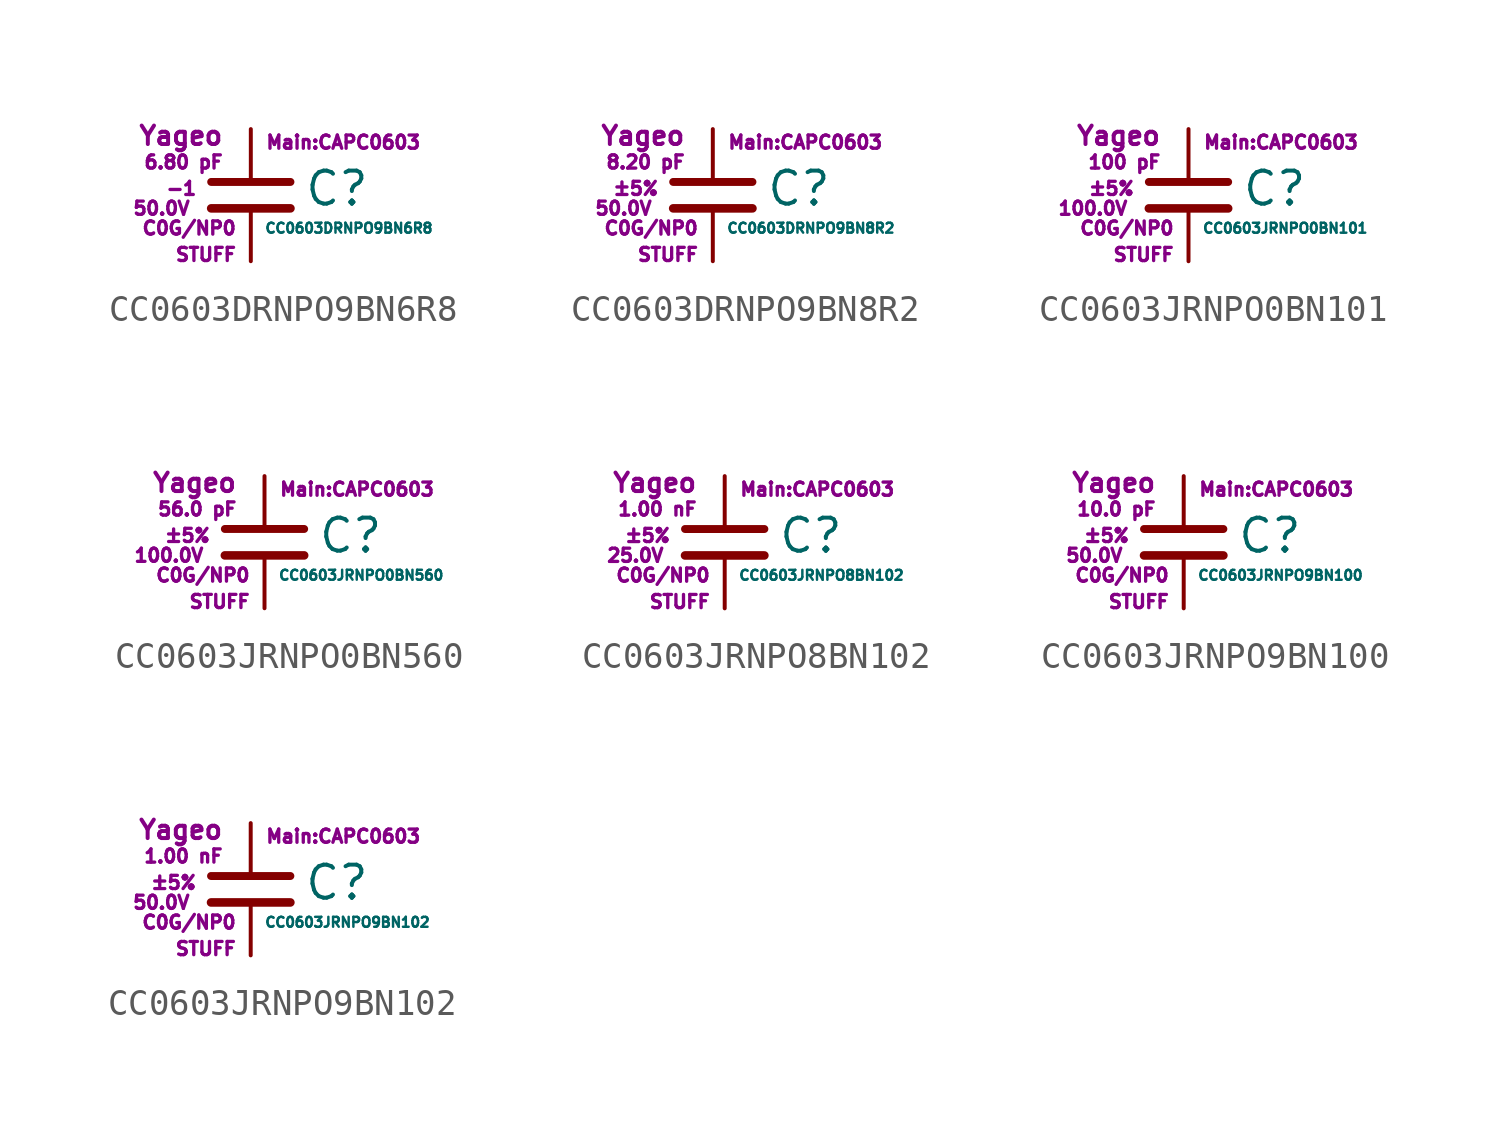
<source format=kicad_sym>
(kicad_symbol_lib
  (version 20211014)
  (generator kicad_symbol_editor)
  (symbol "CC0603DRNPO9BN6R8"
    (pin_numbers hide)
    (pin_names
      (offset 0.254) hide)
    (property "Reference" "C"
      (at 2.032 0.254 0)
      (effects (font (size 1.27 1.27)) (justify left)))
    (property "Value" "CC0603DRNPO9BN6R8"
      (at 0.508 -1.27 0)
      (effects (font (size 0.381 0.381)) (justify left)))
    (property "Footprint" "Main:CAPC0603"
      (at 3.556 2.032 0)
      (effects (font (size 0.508 0.508))))
    (property "Datasheet" ""
      (at 0.762 0.508 0)
      (effects (font (size 1.27 1.27))))
    (property "Manufacturer" "Yageo"
      (at -1.016 2.286 0)
      (effects (font (size 0.711 0.711)) (justify right)))
    (property "SKU" "STUFF"
      (at -0.508 -2.286 0)
      (effects (font (size 0.508 0.508)) (justify right)))
    (property "C" "6.80 pF"
      (at -1.016 1.27 0)
      (effects (font (size 0.508 0.508)) (justify right)))
    (property "Tol" "-1"
      (at -2.032 0.254 0)
      (effects (font (size 0.508 0.508)) (justify right)))
    (property "Vmax" "50.0V"
      (at -2.286 -0.508 0)
      (effects (font (size 0.508 0.508)) (justify right)))
    (property "Type" "C0G/NP0"
      (at -0.508 -1.27 0)
      (effects (font (size 0.508 0.508)) (justify right)))
    (symbol "CC0603DRNPO9BN6R8_0_1"
      (polyline (pts (xy -1.524 -0.508) (xy 1.524 -0.508)) (stroke (width 0.33) (type default) (color 0 0 0 0)) (fill (type none)))
      (polyline (pts (xy -1.524 0.508) (xy 1.524 0.508)) (stroke (width 0.305) (type default) (color 0 0 0 0)) (fill (type none))))
    (symbol "CC0603DRNPO9BN6R8_1_1"
      (pin passive line (at 0 2.54 270) (length 1.905) (name "~" (effects (font (size 1.016 1.016)))) (number "1" (effects (font (size 1.016 1.016)))))
      (pin passive line (at 0 -2.54 90) (length 2.032) (name "~" (effects (font (size 1.016 1.016)))) (number "2" (effects (font (size 1.016 1.016)))))))
  (symbol "CC0603DRNPO9BN8R2"
    (pin_numbers hide)
    (pin_names
      (offset 0.254) hide)
    (property "Reference" "C"
      (at 2.032 0.254 0)
      (effects (font (size 1.27 1.27)) (justify left)))
    (property "Value" "CC0603DRNPO9BN8R2"
      (at 0.508 -1.27 0)
      (effects (font (size 0.381 0.381)) (justify left)))
    (property "Footprint" "Main:CAPC0603"
      (at 3.556 2.032 0)
      (effects (font (size 0.508 0.508))))
    (property "Datasheet" ""
      (at 0.762 0.508 0)
      (effects (font (size 1.27 1.27))))
    (property "Manufacturer" "Yageo"
      (at -1.016 2.286 0)
      (effects (font (size 0.711 0.711)) (justify right)))
    (property "SKU" "STUFF"
      (at -0.508 -2.286 0)
      (effects (font (size 0.508 0.508)) (justify right)))
    (property "C" "8.20 pF"
      (at -1.016 1.27 0)
      (effects (font (size 0.508 0.508)) (justify right)))
    (property "Tol" "±5%"
      (at -2.032 0.254 0)
      (effects (font (size 0.508 0.508)) (justify right)))
    (property "Vmax" "50.0V"
      (at -2.286 -0.508 0)
      (effects (font (size 0.508 0.508)) (justify right)))
    (property "Type" "C0G/NP0"
      (at -0.508 -1.27 0)
      (effects (font (size 0.508 0.508)) (justify right)))
    (symbol "CC0603DRNPO9BN8R2_0_1"
      (polyline (pts (xy -1.524 -0.508) (xy 1.524 -0.508)) (stroke (width 0.33) (type default) (color 0 0 0 0)) (fill (type none)))
      (polyline (pts (xy -1.524 0.508) (xy 1.524 0.508)) (stroke (width 0.305) (type default) (color 0 0 0 0)) (fill (type none))))
    (symbol "CC0603DRNPO9BN8R2_1_1"
      (pin passive line (at 0 2.54 270) (length 1.905) (name "~" (effects (font (size 1.016 1.016)))) (number "1" (effects (font (size 1.016 1.016)))))
      (pin passive line (at 0 -2.54 90) (length 2.032) (name "~" (effects (font (size 1.016 1.016)))) (number "2" (effects (font (size 1.016 1.016)))))))
  (symbol "CC0603JRNPO0BN101"
    (pin_numbers hide)
    (pin_names
      (offset 0.254) hide)
    (property "Reference" "C"
      (at 2.032 0.254 0)
      (effects (font (size 1.27 1.27)) (justify left)))
    (property "Value" "CC0603JRNPO0BN101"
      (at 0.508 -1.27 0)
      (effects (font (size 0.381 0.381)) (justify left)))
    (property "Footprint" "Main:CAPC0603"
      (at 3.556 2.032 0)
      (effects (font (size 0.508 0.508))))
    (property "Datasheet" ""
      (at 0.762 0.508 0)
      (effects (font (size 1.27 1.27))))
    (property "Manufacturer" "Yageo"
      (at -1.016 2.286 0)
      (effects (font (size 0.711 0.711)) (justify right)))
    (property "SKU" "STUFF"
      (at -0.508 -2.286 0)
      (effects (font (size 0.508 0.508)) (justify right)))
    (property "C" "100 pF"
      (at -1.016 1.27 0)
      (effects (font (size 0.508 0.508)) (justify right)))
    (property "Tol" "±5%"
      (at -2.032 0.254 0)
      (effects (font (size 0.508 0.508)) (justify right)))
    (property "Vmax" "100.0V"
      (at -2.286 -0.508 0)
      (effects (font (size 0.508 0.508)) (justify right)))
    (property "Type" "C0G/NP0"
      (at -0.508 -1.27 0)
      (effects (font (size 0.508 0.508)) (justify right)))
    (symbol "CC0603JRNPO0BN101_0_1"
      (polyline (pts (xy -1.524 -0.508) (xy 1.524 -0.508)) (stroke (width 0.33) (type default) (color 0 0 0 0)) (fill (type none)))
      (polyline (pts (xy -1.524 0.508) (xy 1.524 0.508)) (stroke (width 0.305) (type default) (color 0 0 0 0)) (fill (type none))))
    (symbol "CC0603JRNPO0BN101_1_1"
      (pin passive line (at 0 2.54 270) (length 1.905) (name "~" (effects (font (size 1.016 1.016)))) (number "1" (effects (font (size 1.016 1.016)))))
      (pin passive line (at 0 -2.54 90) (length 2.032) (name "~" (effects (font (size 1.016 1.016)))) (number "2" (effects (font (size 1.016 1.016)))))))
  (symbol "CC0603JRNPO0BN560"
    (pin_numbers hide)
    (pin_names
      (offset 0.254) hide)
    (property "Reference" "C"
      (at 2.032 0.254 0)
      (effects (font (size 1.27 1.27)) (justify left)))
    (property "Value" "CC0603JRNPO0BN560"
      (at 0.508 -1.27 0)
      (effects (font (size 0.381 0.381)) (justify left)))
    (property "Footprint" "Main:CAPC0603"
      (at 3.556 2.032 0)
      (effects (font (size 0.508 0.508))))
    (property "Datasheet" ""
      (at 0.762 0.508 0)
      (effects (font (size 1.27 1.27))))
    (property "Manufacturer" "Yageo"
      (at -1.016 2.286 0)
      (effects (font (size 0.711 0.711)) (justify right)))
    (property "SKU" "STUFF"
      (at -0.508 -2.286 0)
      (effects (font (size 0.508 0.508)) (justify right)))
    (property "C" "56.0 pF"
      (at -1.016 1.27 0)
      (effects (font (size 0.508 0.508)) (justify right)))
    (property "Tol" "±5%"
      (at -2.032 0.254 0)
      (effects (font (size 0.508 0.508)) (justify right)))
    (property "Vmax" "100.0V"
      (at -2.286 -0.508 0)
      (effects (font (size 0.508 0.508)) (justify right)))
    (property "Type" "C0G/NP0"
      (at -0.508 -1.27 0)
      (effects (font (size 0.508 0.508)) (justify right)))
    (symbol "CC0603JRNPO0BN560_0_1"
      (polyline (pts (xy -1.524 -0.508) (xy 1.524 -0.508)) (stroke (width 0.33) (type default) (color 0 0 0 0)) (fill (type none)))
      (polyline (pts (xy -1.524 0.508) (xy 1.524 0.508)) (stroke (width 0.305) (type default) (color 0 0 0 0)) (fill (type none))))
    (symbol "CC0603JRNPO0BN560_1_1"
      (pin passive line (at 0 2.54 270) (length 1.905) (name "~" (effects (font (size 1.016 1.016)))) (number "1" (effects (font (size 1.016 1.016)))))
      (pin passive line (at 0 -2.54 90) (length 2.032) (name "~" (effects (font (size 1.016 1.016)))) (number "2" (effects (font (size 1.016 1.016)))))))
  (symbol "CC0603JRNPO8BN102"
    (pin_numbers hide)
    (pin_names
      (offset 0.254) hide)
    (property "Reference" "C"
      (at 2.032 0.254 0)
      (effects (font (size 1.27 1.27)) (justify left)))
    (property "Value" "CC0603JRNPO8BN102"
      (at 0.508 -1.27 0)
      (effects (font (size 0.381 0.381)) (justify left)))
    (property "Footprint" "Main:CAPC0603"
      (at 3.556 2.032 0)
      (effects (font (size 0.508 0.508))))
    (property "Datasheet" ""
      (at 0.762 0.508 0)
      (effects (font (size 1.27 1.27))))
    (property "Manufacturer" "Yageo"
      (at -1.016 2.286 0)
      (effects (font (size 0.711 0.711)) (justify right)))
    (property "SKU" "STUFF"
      (at -0.508 -2.286 0)
      (effects (font (size 0.508 0.508)) (justify right)))
    (property "C" "1.00 nF"
      (at -1.016 1.27 0)
      (effects (font (size 0.508 0.508)) (justify right)))
    (property "Tol" "±5%"
      (at -2.032 0.254 0)
      (effects (font (size 0.508 0.508)) (justify right)))
    (property "Vmax" "25.0V"
      (at -2.286 -0.508 0)
      (effects (font (size 0.508 0.508)) (justify right)))
    (property "Type" "C0G/NP0"
      (at -0.508 -1.27 0)
      (effects (font (size 0.508 0.508)) (justify right)))
    (symbol "CC0603JRNPO8BN102_0_1"
      (polyline (pts (xy -1.524 -0.508) (xy 1.524 -0.508)) (stroke (width 0.33) (type default) (color 0 0 0 0)) (fill (type none)))
      (polyline (pts (xy -1.524 0.508) (xy 1.524 0.508)) (stroke (width 0.305) (type default) (color 0 0 0 0)) (fill (type none))))
    (symbol "CC0603JRNPO8BN102_1_1"
      (pin passive line (at 0 2.54 270) (length 1.905) (name "~" (effects (font (size 1.016 1.016)))) (number "1" (effects (font (size 1.016 1.016)))))
      (pin passive line (at 0 -2.54 90) (length 2.032) (name "~" (effects (font (size 1.016 1.016)))) (number "2" (effects (font (size 1.016 1.016)))))))
  (symbol "CC0603JRNPO9BN100"
    (pin_numbers hide)
    (pin_names
      (offset 0.254) hide)
    (property "Reference" "C"
      (at 2.032 0.254 0)
      (effects (font (size 1.27 1.27)) (justify left)))
    (property "Value" "CC0603JRNPO9BN100"
      (at 0.508 -1.27 0)
      (effects (font (size 0.381 0.381)) (justify left)))
    (property "Footprint" "Main:CAPC0603"
      (at 3.556 2.032 0)
      (effects (font (size 0.508 0.508))))
    (property "Datasheet" ""
      (at 0.762 0.508 0)
      (effects (font (size 1.27 1.27))))
    (property "Manufacturer" "Yageo"
      (at -1.016 2.286 0)
      (effects (font (size 0.711 0.711)) (justify right)))
    (property "SKU" "STUFF"
      (at -0.508 -2.286 0)
      (effects (font (size 0.508 0.508)) (justify right)))
    (property "C" "10.0 pF"
      (at -1.016 1.27 0)
      (effects (font (size 0.508 0.508)) (justify right)))
    (property "Tol" "±5%"
      (at -2.032 0.254 0)
      (effects (font (size 0.508 0.508)) (justify right)))
    (property "Vmax" "50.0V"
      (at -2.286 -0.508 0)
      (effects (font (size 0.508 0.508)) (justify right)))
    (property "Type" "C0G/NP0"
      (at -0.508 -1.27 0)
      (effects (font (size 0.508 0.508)) (justify right)))
    (symbol "CC0603JRNPO9BN100_0_1"
      (polyline (pts (xy -1.524 -0.508) (xy 1.524 -0.508)) (stroke (width 0.33) (type default) (color 0 0 0 0)) (fill (type none)))
      (polyline (pts (xy -1.524 0.508) (xy 1.524 0.508)) (stroke (width 0.305) (type default) (color 0 0 0 0)) (fill (type none))))
    (symbol "CC0603JRNPO9BN100_1_1"
      (pin passive line (at 0 2.54 270) (length 1.905) (name "~" (effects (font (size 1.016 1.016)))) (number "1" (effects (font (size 1.016 1.016)))))
      (pin passive line (at 0 -2.54 90) (length 2.032) (name "~" (effects (font (size 1.016 1.016)))) (number "2" (effects (font (size 1.016 1.016)))))))
  (symbol "CC0603JRNPO9BN102"
    (pin_numbers hide)
    (pin_names
      (offset 0.254) hide)
    (property "Reference" "C"
      (at 2.032 0.254 0)
      (effects (font (size 1.27 1.27)) (justify left)))
    (property "Value" "CC0603JRNPO9BN102"
      (at 0.508 -1.27 0)
      (effects (font (size 0.381 0.381)) (justify left)))
    (property "Footprint" "Main:CAPC0603"
      (at 3.556 2.032 0)
      (effects (font (size 0.508 0.508))))
    (property "Datasheet" ""
      (at 0.762 0.508 0)
      (effects (font (size 1.27 1.27))))
    (property "Manufacturer" "Yageo"
      (at -1.016 2.286 0)
      (effects (font (size 0.711 0.711)) (justify right)))
    (property "SKU" "STUFF"
      (at -0.508 -2.286 0)
      (effects (font (size 0.508 0.508)) (justify right)))
    (property "C" "1.00 nF"
      (at -1.016 1.27 0)
      (effects (font (size 0.508 0.508)) (justify right)))
    (property "Tol" "±5%"
      (at -2.032 0.254 0)
      (effects (font (size 0.508 0.508)) (justify right)))
    (property "Vmax" "50.0V"
      (at -2.286 -0.508 0)
      (effects (font (size 0.508 0.508)) (justify right)))
    (property "Type" "C0G/NP0"
      (at -0.508 -1.27 0)
      (effects (font (size 0.508 0.508)) (justify right)))
    (symbol "CC0603JRNPO9BN102_0_1"
      (polyline (pts (xy -1.524 -0.508) (xy 1.524 -0.508)) (stroke (width 0.33) (type default) (color 0 0 0 0)) (fill (type none)))
      (polyline (pts (xy -1.524 0.508) (xy 1.524 0.508)) (stroke (width 0.305) (type default) (color 0 0 0 0)) (fill (type none))))
    (symbol "CC0603JRNPO9BN102_1_1"
      (pin passive line (at 0 2.54 270) (length 1.905) (name "~" (effects (font (size 1.016 1.016)))) (number "1" (effects (font (size 1.016 1.016)))))
      (pin passive line (at 0 -2.54 90) (length 2.032) (name "~" (effects (font (size 1.016 1.016)))) (number "2" (effects (font (size 1.016 1.016))))))))
</source>
